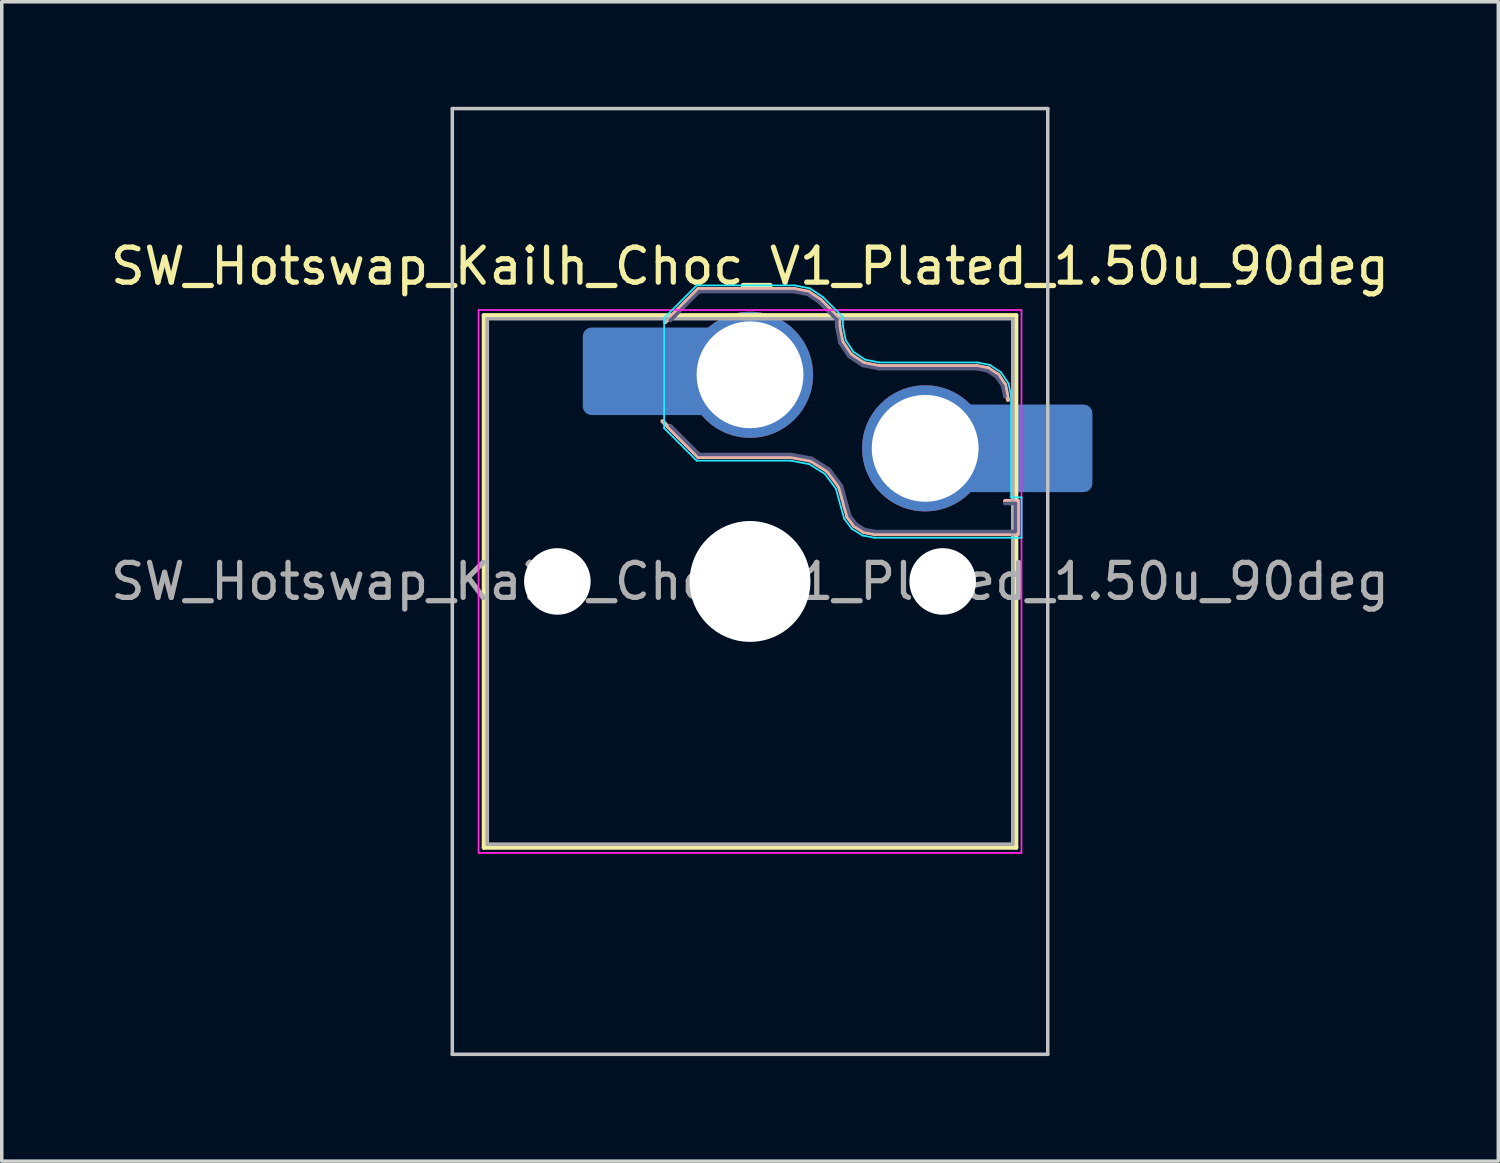
<source format=kicad_pcb>
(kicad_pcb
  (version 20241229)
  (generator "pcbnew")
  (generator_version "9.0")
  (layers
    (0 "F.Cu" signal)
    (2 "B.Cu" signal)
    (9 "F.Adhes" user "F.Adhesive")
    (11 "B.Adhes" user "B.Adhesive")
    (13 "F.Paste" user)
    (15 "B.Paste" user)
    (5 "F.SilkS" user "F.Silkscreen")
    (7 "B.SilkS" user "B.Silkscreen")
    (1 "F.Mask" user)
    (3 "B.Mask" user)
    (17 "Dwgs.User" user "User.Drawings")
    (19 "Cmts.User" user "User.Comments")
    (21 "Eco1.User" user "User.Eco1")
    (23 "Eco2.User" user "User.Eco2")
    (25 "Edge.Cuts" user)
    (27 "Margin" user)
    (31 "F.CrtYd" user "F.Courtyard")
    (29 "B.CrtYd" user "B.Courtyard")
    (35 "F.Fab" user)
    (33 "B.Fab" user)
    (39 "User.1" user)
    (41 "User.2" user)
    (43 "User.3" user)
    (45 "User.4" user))
  (footprint "SW_Hotswap_Kailh_Choc_V1_Plated_1.50u_90deg"
    (layer "F.Cu")
    (at 18.363 13.55)
    (property "Reference" "SW_Hotswap_Kailh_Choc_V1_Plated_1.50u_90deg" (at 0 -9 0) (layer "F.SilkS") (effects (font (size 1 1) (thickness 0.15))))
    (attr smd)
    (fp_line (start -7.6 -7.6) (end -7.6 7.6) (stroke (width 0.12) (type solid)) (layer "F.SilkS"))
    (fp_line (start -7.6 7.6) (end 7.6 7.6) (stroke (width 0.12) (type solid)) (layer "F.SilkS"))
    (fp_line (start 7.6 -7.6) (end -7.6 -7.6) (stroke (width 0.12) (type solid)) (layer "F.SilkS"))
    (fp_line (start 7.6 7.6) (end 7.6 -7.6) (stroke (width 0.12) (type solid)) (layer "F.SilkS"))
    (fp_line (start -2.416 -7.409) (end -1.479 -8.346) (stroke (width 0.12) (type solid)) (layer "B.SilkS"))
    (fp_line (start -1.479 -8.346) (end 1.268 -8.346) (stroke (width 0.12) (type solid)) (layer "B.SilkS"))
    (fp_line (start -1.479 -3.554) (end -2.5 -4.575) (stroke (width 0.12) (type solid)) (layer "B.SilkS"))
    (fp_line (start 1.168 -3.554) (end -1.479 -3.554) (stroke (width 0.12) (type solid)) (layer "B.SilkS"))
    (fp_line (start 1.268 -8.346) (end 1.671 -8.266) (stroke (width 0.12) (type solid)) (layer "B.SilkS"))
    (fp_line (start 1.671 -8.266) (end 2.013 -8.037) (stroke (width 0.12) (type solid)) (layer "B.SilkS"))
    (fp_line (start 1.73 -3.449) (end 1.168 -3.554) (stroke (width 0.12) (type solid)) (layer "B.SilkS"))
    (fp_line (start 2.013 -8.037) (end 2.546 -7.504) (stroke (width 0.12) (type solid)) (layer "B.SilkS"))
    (fp_line (start 2.209 -3.15) (end 1.73 -3.449) (stroke (width 0.12) (type solid)) (layer "B.SilkS"))
    (fp_line (start 2.546 -7.504) (end 2.546 -7.282) (stroke (width 0.12) (type solid)) (layer "B.SilkS"))
    (fp_line (start 2.546 -7.282) (end 2.633 -6.844) (stroke (width 0.12) (type solid)) (layer "B.SilkS"))
    (fp_line (start 2.547 -2.697) (end 2.209 -3.15) (stroke (width 0.12) (type solid)) (layer "B.SilkS"))
    (fp_line (start 2.633 -6.844) (end 2.877 -6.477) (stroke (width 0.12) (type solid)) (layer "B.SilkS"))
    (fp_line (start 2.701 -2.139) (end 2.547 -2.697) (stroke (width 0.12) (type solid)) (layer "B.SilkS"))
    (fp_line (start 2.783 -1.841) (end 2.701 -2.139) (stroke (width 0.12) (type solid)) (layer "B.SilkS"))
    (fp_line (start 2.877 -6.477) (end 3.244 -6.233) (stroke (width 0.12) (type solid)) (layer "B.SilkS"))
    (fp_line (start 2.976 -1.583) (end 2.783 -1.841) (stroke (width 0.12) (type solid)) (layer "B.SilkS"))
    (fp_line (start 3.244 -6.233) (end 3.682 -6.146) (stroke (width 0.12) (type solid)) (layer "B.SilkS"))
    (fp_line (start 3.25 -1.413) (end 2.976 -1.583) (stroke (width 0.12) (type solid)) (layer "B.SilkS"))
    (fp_line (start 3.56 -1.354) (end 3.25 -1.413) (stroke (width 0.12) (type solid)) (layer "B.SilkS"))
    (fp_line (start 3.682 -6.146) (end 6.482 -6.146) (stroke (width 0.12) (type solid)) (layer "B.SilkS"))
    (fp_line (start 6.482 -6.146) (end 6.809 -6.081) (stroke (width 0.12) (type solid)) (layer "B.SilkS"))
    (fp_line (start 6.809 -6.081) (end 7.092 -5.892) (stroke (width 0.12) (type solid)) (layer "B.SilkS"))
    (fp_line (start 7.092 -5.892) (end 7.281 -5.609) (stroke (width 0.12) (type solid)) (layer "B.SilkS"))
    (fp_line (start 7.281 -5.609) (end 7.366 -5.182) (stroke (width 0.12) (type solid)) (layer "B.SilkS"))
    (fp_line (start 7.283 -2.296) (end 7.646 -2.296) (stroke (width 0.12) (type solid)) (layer "B.SilkS"))
    (fp_line (start 7.646 -2.296) (end 7.646 -1.354) (stroke (width 0.12) (type solid)) (layer "B.SilkS"))
    (fp_line (start 7.646 -1.354) (end 3.56 -1.354) (stroke (width 0.12) (type solid)) (layer "B.SilkS"))
    (fp_line (start -8.5 -13.5) (end 8.5 -13.5) (stroke (width 0.1) (type solid)) (layer "Dwgs.User"))
    (fp_line (start -8.5 13.5) (end -8.5 -13.5) (stroke (width 0.1) (type solid)) (layer "Dwgs.User"))
    (fp_line (start 8.5 -13.5) (end 8.5 13.5) (stroke (width 0.1) (type solid)) (layer "Dwgs.User"))
    (fp_line (start 8.5 13.5) (end -8.5 13.5) (stroke (width 0.1) (type solid)) (layer "Dwgs.User"))
    (fp_line (start -7.25 -7.25) (end -7.25 7.25) (stroke (width 0.1) (type solid)) (layer "Eco1.User"))
    (fp_line (start -7.25 7.25) (end 7.25 7.25) (stroke (width 0.1) (type solid)) (layer "Eco1.User"))
    (fp_line (start 7.25 -7.25) (end -7.25 -7.25) (stroke (width 0.1) (type solid)) (layer "Eco1.User"))
    (fp_line (start 7.25 7.25) (end 7.25 -7.25) (stroke (width 0.1) (type solid)) (layer "Eco1.User"))
    (fp_line (start -2.452 -7.523) (end -1.523 -8.452) (stroke (width 0.05) (type solid)) (layer "B.CrtYd"))
    (fp_line (start -2.452 -4.377) (end -2.452 -7.523) (stroke (width 0.05) (type solid)) (layer "B.CrtYd"))
    (fp_line (start -1.523 -8.452) (end 1.278 -8.452) (stroke (width 0.05) (type solid)) (layer "B.CrtYd"))
    (fp_line (start -1.523 -3.448) (end -2.452 -4.377) (stroke (width 0.05) (type solid)) (layer "B.CrtYd"))
    (fp_line (start 1.159 -3.448) (end -1.523 -3.448) (stroke (width 0.05) (type solid)) (layer "B.CrtYd"))
    (fp_line (start 1.278 -8.452) (end 1.712 -8.366) (stroke (width 0.05) (type solid)) (layer "B.CrtYd"))
    (fp_line (start 1.691 -3.348) (end 1.159 -3.448) (stroke (width 0.05) (type solid)) (layer "B.CrtYd"))
    (fp_line (start 1.712 -8.366) (end 2.081 -8.119) (stroke (width 0.05) (type solid)) (layer "B.CrtYd"))
    (fp_line (start 2.081 -8.119) (end 2.652 -7.548) (stroke (width 0.05) (type solid)) (layer "B.CrtYd"))
    (fp_line (start 2.136 -3.071) (end 1.691 -3.348) (stroke (width 0.05) (type solid)) (layer "B.CrtYd"))
    (fp_line (start 2.45 -2.65) (end 2.136 -3.071) (stroke (width 0.05) (type solid)) (layer "B.CrtYd"))
    (fp_line (start 2.599 -2.111) (end 2.45 -2.65) (stroke (width 0.05) (type solid)) (layer "B.CrtYd"))
    (fp_line (start 2.652 -7.548) (end 2.652 -7.292) (stroke (width 0.05) (type solid)) (layer "B.CrtYd"))
    (fp_line (start 2.652 -7.292) (end 2.733 -6.885) (stroke (width 0.05) (type solid)) (layer "B.CrtYd"))
    (fp_line (start 2.687 -1.794) (end 2.599 -2.111) (stroke (width 0.05) (type solid)) (layer "B.CrtYd"))
    (fp_line (start 2.733 -6.885) (end 2.953 -6.553) (stroke (width 0.05) (type solid)) (layer "B.CrtYd"))
    (fp_line (start 2.903 -1.503) (end 2.687 -1.794) (stroke (width 0.05) (type solid)) (layer "B.CrtYd"))
    (fp_line (start 2.953 -6.553) (end 3.285 -6.333) (stroke (width 0.05) (type solid)) (layer "B.CrtYd"))
    (fp_line (start 3.211 -1.312) (end 2.903 -1.503) (stroke (width 0.05) (type solid)) (layer "B.CrtYd"))
    (fp_line (start 3.285 -6.333) (end 3.692 -6.252) (stroke (width 0.05) (type solid)) (layer "B.CrtYd"))
    (fp_line (start 3.55 -1.248) (end 3.211 -1.312) (stroke (width 0.05) (type solid)) (layer "B.CrtYd"))
    (fp_line (start 3.692 -6.252) (end 6.492 -6.252) (stroke (width 0.05) (type solid)) (layer "B.CrtYd"))
    (fp_line (start 6.492 -6.252) (end 6.85 -6.181) (stroke (width 0.05) (type solid)) (layer "B.CrtYd"))
    (fp_line (start 6.85 -6.181) (end 7.168 -5.968) (stroke (width 0.05) (type solid)) (layer "B.CrtYd"))
    (fp_line (start 7.168 -5.968) (end 7.381 -5.65) (stroke (width 0.05) (type solid)) (layer "B.CrtYd"))
    (fp_line (start 7.381 -5.65) (end 7.452 -5.292) (stroke (width 0.05) (type solid)) (layer "B.CrtYd"))
    (fp_line (start 7.452 -5.292) (end 7.452 -2.402) (stroke (width 0.05) (type solid)) (layer "B.CrtYd"))
    (fp_line (start 7.452 -2.402) (end 7.752 -2.402) (stroke (width 0.05) (type solid)) (layer "B.CrtYd"))
    (fp_line (start 7.752 -2.402) (end 7.752 -1.248) (stroke (width 0.05) (type solid)) (layer "B.CrtYd"))
    (fp_line (start 7.752 -1.248) (end 3.55 -1.248) (stroke (width 0.05) (type solid)) (layer "B.CrtYd"))
    (fp_line (start -7.75 -7.75) (end -7.75 7.75) (stroke (width 0.05) (type solid)) (layer "F.CrtYd"))
    (fp_line (start -7.75 7.75) (end 7.75 7.75) (stroke (width 0.05) (type solid)) (layer "F.CrtYd"))
    (fp_line (start 7.75 -7.75) (end -7.75 -7.75) (stroke (width 0.05) (type solid)) (layer "F.CrtYd"))
    (fp_line (start 7.75 7.75) (end 7.75 -7.75) (stroke (width 0.05) (type solid)) (layer "F.CrtYd"))
    (fp_line (start -2.275 -7.45) (end -1.45 -8.275) (stroke (width 0.1) (type solid)) (layer "B.Fab"))
    (fp_line (start -1.45 -8.275) (end 1.261 -8.275) (stroke (width 0.1) (type solid)) (layer "B.Fab"))
    (fp_line (start -1.45 -3.625) (end -2.275 -4.45) (stroke (width 0.1) (type solid)) (layer "B.Fab"))
    (fp_line (start 1.175 -3.625) (end -1.45 -3.625) (stroke (width 0.1) (type solid)) (layer "B.Fab"))
    (fp_line (start 1.261 -8.275) (end 1.643 -8.199) (stroke (width 0.1) (type solid)) (layer "B.Fab"))
    (fp_line (start 1.643 -8.199) (end 1.968 -7.982) (stroke (width 0.1) (type solid)) (layer "B.Fab"))
    (fp_line (start 1.756 -3.516) (end 1.175 -3.625) (stroke (width 0.1) (type solid)) (layer "B.Fab"))
    (fp_line (start 1.968 -7.982) (end 2.475 -7.475) (stroke (width 0.1) (type solid)) (layer "B.Fab"))
    (fp_line (start 2.258 -3.203) (end 1.756 -3.516) (stroke (width 0.1) (type solid)) (layer "B.Fab"))
    (fp_line (start 2.475 -7.475) (end 2.475 -7.275) (stroke (width 0.1) (type solid)) (layer "B.Fab"))
    (fp_line (start 2.475 -7.275) (end 2.566 -6.816) (stroke (width 0.1) (type solid)) (layer "B.Fab"))
    (fp_line (start 2.566 -6.816) (end 2.826 -6.426) (stroke (width 0.1) (type solid)) (layer "B.Fab"))
    (fp_line (start 2.612 -2.729) (end 2.258 -3.203) (stroke (width 0.1) (type solid)) (layer "B.Fab"))
    (fp_line (start 2.769 -2.158) (end 2.612 -2.729) (stroke (width 0.1) (type solid)) (layer "B.Fab"))
    (fp_line (start 2.826 -6.426) (end 3.216 -6.166) (stroke (width 0.1) (type solid)) (layer "B.Fab"))
    (fp_line (start 2.848 -1.873) (end 2.769 -2.158) (stroke (width 0.1) (type solid)) (layer "B.Fab"))
    (fp_line (start 3.025 -1.636) (end 2.848 -1.873) (stroke (width 0.1) (type solid)) (layer "B.Fab"))
    (fp_line (start 3.216 -6.166) (end 3.675 -6.075) (stroke (width 0.1) (type solid)) (layer "B.Fab"))
    (fp_line (start 3.276 -1.48) (end 3.025 -1.636) (stroke (width 0.1) (type solid)) (layer "B.Fab"))
    (fp_line (start 3.567 -1.425) (end 3.276 -1.48) (stroke (width 0.1) (type solid)) (layer "B.Fab"))
    (fp_line (start 3.675 -6.075) (end 6.475 -6.075) (stroke (width 0.1) (type solid)) (layer "B.Fab"))
    (fp_line (start 6.475 -6.075) (end 6.781 -6.014) (stroke (width 0.1) (type solid)) (layer "B.Fab"))
    (fp_line (start 6.781 -6.014) (end 7.041 -5.841) (stroke (width 0.1) (type solid)) (layer "B.Fab"))
    (fp_line (start 7.041 -5.841) (end 7.214 -5.581) (stroke (width 0.1) (type solid)) (layer "B.Fab"))
    (fp_line (start 7.214 -5.581) (end 7.275 -5.275) (stroke (width 0.1) (type solid)) (layer "B.Fab"))
    (fp_line (start 7.275 -2.225) (end 7.575 -2.225) (stroke (width 0.1) (type solid)) (layer "B.Fab"))
    (fp_line (start 7.575 -2.225) (end 7.575 -1.425) (stroke (width 0.1) (type solid)) (layer "B.Fab"))
    (fp_line (start 7.575 -1.425) (end 3.567 -1.425) (stroke (width 0.1) (type solid)) (layer "B.Fab"))
    (fp_line (start -7.5 -7.5) (end -7.5 7.5) (stroke (width 0.1) (type solid)) (layer "F.Fab"))
    (fp_line (start -7.5 7.5) (end 7.5 7.5) (stroke (width 0.1) (type solid)) (layer "F.Fab"))
    (fp_line (start 7.5 -7.5) (end -7.5 -7.5) (stroke (width 0.1) (type solid)) (layer "F.Fab"))
    (fp_line (start 7.5 7.5) (end 7.5 -7.5) (stroke (width 0.1) (type solid)) (layer "F.Fab"))
    (fp_text user "${REFERENCE}" (at 0 0 0) (layer "F.Fab") (effects (font (size 1 1) (thickness 0.15))))
    (pad "" np_thru_hole circle (at -5.5 0) (size 1.9 1.9) (drill 1.9) (layers "*.Cu" "*.Mask"))
    (pad "" smd roundrect (at -3.5 -6) (size 2.55 2.5) (layers "B.Mask" "B.Paste") (roundrect_rratio 0.1))
    (pad "" np_thru_hole circle (at 0 0) (size 3.45 3.45) (drill 3.45) (layers "*.Cu" "*.Mask"))
    (pad "" np_thru_hole circle (at 5.5 0) (size 1.9 1.9) (drill 1.9) (layers "*.Cu" "*.Mask"))
    (pad "" smd roundrect (at 8.5 -3.8) (size 2.55 2.5) (layers "B.Mask" "B.Paste") (roundrect_rratio 0.1))
    (pad "1" smd roundrect (at -2.85 -6) (size 3.85 2.5) (layers "B.Cu") (roundrect_rratio 0.1))
    (pad "1" thru_hole circle (at 0 -5.9) (size 3.6 3.6) (drill 3.05) (layers "*.Cu" "*.Mask"))
    (pad "2" thru_hole circle (at 5 -3.8) (size 3.6 3.6) (drill 3.05) (layers "*.Cu" "*.Mask"))
    (pad "2" smd roundrect (at 7.85 -3.8) (size 3.85 2.5) (layers "B.Cu") (roundrect_rratio 0.1)))
  (gr_rect
    (start -3 -3)
    (end 39.726 30.1)
    (stroke (width 0.1) (type default))
    (fill no)
    (layer "Edge.Cuts")))
</source>
